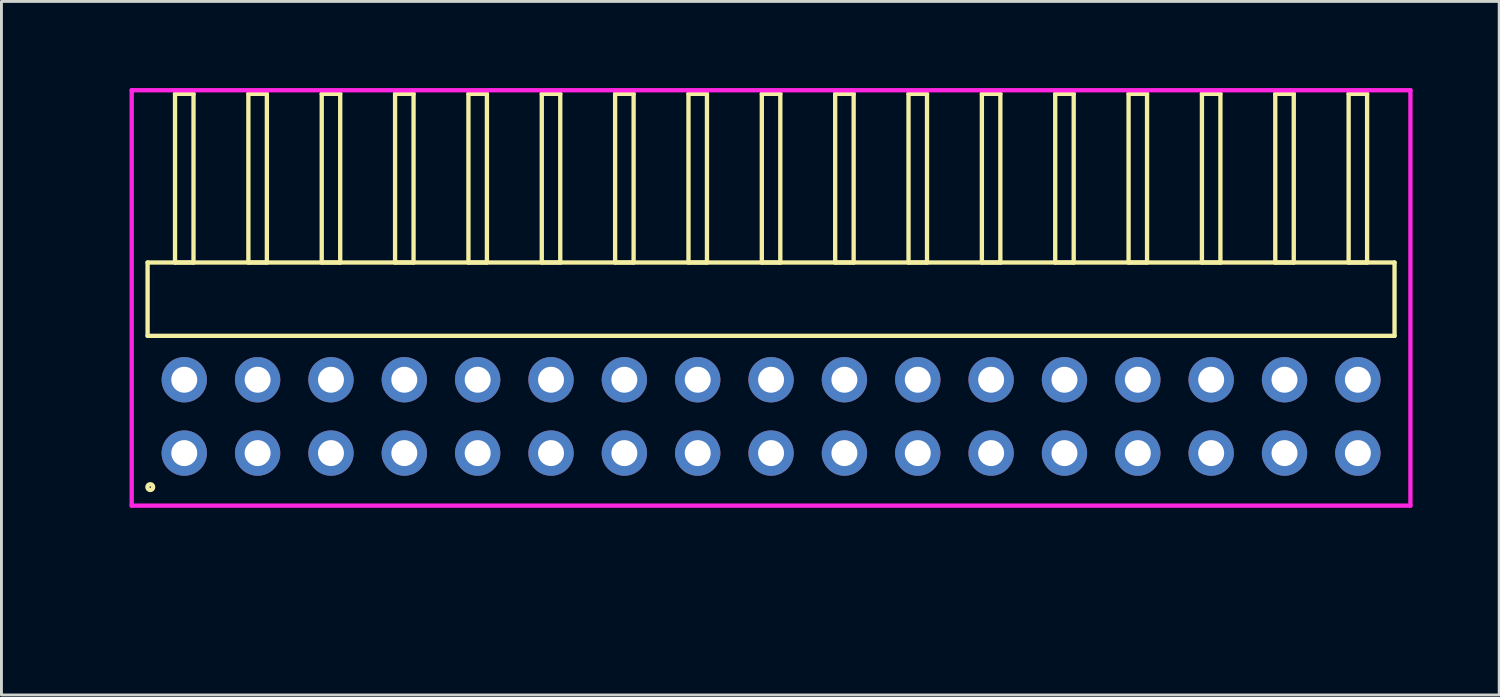
<source format=kicad_pcb>
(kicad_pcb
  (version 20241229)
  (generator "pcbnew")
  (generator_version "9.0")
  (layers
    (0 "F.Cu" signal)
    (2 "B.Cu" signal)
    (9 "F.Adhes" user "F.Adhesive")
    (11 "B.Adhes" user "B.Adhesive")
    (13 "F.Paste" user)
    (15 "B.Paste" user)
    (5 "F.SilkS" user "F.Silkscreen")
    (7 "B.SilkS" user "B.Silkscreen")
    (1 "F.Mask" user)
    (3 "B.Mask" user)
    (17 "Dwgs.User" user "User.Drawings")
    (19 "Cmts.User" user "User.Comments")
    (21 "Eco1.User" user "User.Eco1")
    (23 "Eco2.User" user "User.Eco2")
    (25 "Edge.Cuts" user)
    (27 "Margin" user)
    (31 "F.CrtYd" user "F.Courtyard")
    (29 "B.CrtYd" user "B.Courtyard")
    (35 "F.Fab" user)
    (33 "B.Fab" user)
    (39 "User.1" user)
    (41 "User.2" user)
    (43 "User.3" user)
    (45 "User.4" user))
  (footprint "HDR_RA254P17x2"
    (layer "F.Cu")
    (at 23.651 11.37)
    (property "Reference" "HDR_RA254P17x2" (at -22.89 0 90) (layer "User.1") (effects (font (size 1 1) (thickness 0.1))))
    (attr through_hole)
    (fp_line (start -21.59 -5.33) (end -21.59 -2.79) (stroke (width 0.15) (type solid)) (layer "F.SilkS"))
    (fp_line (start -21.59 -2.79) (end 21.59 -2.79) (stroke (width 0.15) (type solid)) (layer "F.SilkS"))
    (fp_line (start -20.64 -11.17) (end -20.64 -5.33) (stroke (width 0.15) (type solid)) (layer "F.SilkS"))
    (fp_line (start -20.64 -5.33) (end -20 -5.33) (stroke (width 0.15) (type solid)) (layer "F.SilkS"))
    (fp_line (start -20 -11.17) (end -20.64 -11.17) (stroke (width 0.15) (type solid)) (layer "F.SilkS"))
    (fp_line (start -20 -5.33) (end -20 -11.17) (stroke (width 0.15) (type solid)) (layer "F.SilkS"))
    (fp_line (start -18.1 -11.17) (end -18.1 -5.33) (stroke (width 0.15) (type solid)) (layer "F.SilkS"))
    (fp_line (start -18.1 -5.33) (end -17.46 -5.33) (stroke (width 0.15) (type solid)) (layer "F.SilkS"))
    (fp_line (start -17.46 -11.17) (end -18.1 -11.17) (stroke (width 0.15) (type solid)) (layer "F.SilkS"))
    (fp_line (start -17.46 -5.33) (end -17.46 -11.17) (stroke (width 0.15) (type solid)) (layer "F.SilkS"))
    (fp_line (start -15.56 -11.17) (end -15.56 -5.33) (stroke (width 0.15) (type solid)) (layer "F.SilkS"))
    (fp_line (start -15.56 -5.33) (end -14.92 -5.33) (stroke (width 0.15) (type solid)) (layer "F.SilkS"))
    (fp_line (start -14.92 -11.17) (end -15.56 -11.17) (stroke (width 0.15) (type solid)) (layer "F.SilkS"))
    (fp_line (start -14.92 -5.33) (end -14.92 -11.17) (stroke (width 0.15) (type solid)) (layer "F.SilkS"))
    (fp_line (start -13.02 -11.17) (end -13.02 -5.33) (stroke (width 0.15) (type solid)) (layer "F.SilkS"))
    (fp_line (start -13.02 -5.33) (end -12.38 -5.33) (stroke (width 0.15) (type solid)) (layer "F.SilkS"))
    (fp_line (start -12.38 -11.17) (end -13.02 -11.17) (stroke (width 0.15) (type solid)) (layer "F.SilkS"))
    (fp_line (start -12.38 -5.33) (end -12.38 -11.17) (stroke (width 0.15) (type solid)) (layer "F.SilkS"))
    (fp_line (start -10.48 -11.17) (end -10.48 -5.33) (stroke (width 0.15) (type solid)) (layer "F.SilkS"))
    (fp_line (start -10.48 -5.33) (end -9.84 -5.33) (stroke (width 0.15) (type solid)) (layer "F.SilkS"))
    (fp_line (start -9.84 -11.17) (end -10.48 -11.17) (stroke (width 0.15) (type solid)) (layer "F.SilkS"))
    (fp_line (start -9.84 -5.33) (end -9.84 -11.17) (stroke (width 0.15) (type solid)) (layer "F.SilkS"))
    (fp_line (start -7.94 -11.17) (end -7.94 -5.33) (stroke (width 0.15) (type solid)) (layer "F.SilkS"))
    (fp_line (start -7.94 -5.33) (end -7.3 -5.33) (stroke (width 0.15) (type solid)) (layer "F.SilkS"))
    (fp_line (start -7.3 -11.17) (end -7.94 -11.17) (stroke (width 0.15) (type solid)) (layer "F.SilkS"))
    (fp_line (start -7.3 -5.33) (end -7.3 -11.17) (stroke (width 0.15) (type solid)) (layer "F.SilkS"))
    (fp_line (start -5.4 -11.17) (end -5.4 -5.33) (stroke (width 0.15) (type solid)) (layer "F.SilkS"))
    (fp_line (start -5.4 -5.33) (end -4.76 -5.33) (stroke (width 0.15) (type solid)) (layer "F.SilkS"))
    (fp_line (start -4.76 -11.17) (end -5.4 -11.17) (stroke (width 0.15) (type solid)) (layer "F.SilkS"))
    (fp_line (start -4.76 -5.33) (end -4.76 -11.17) (stroke (width 0.15) (type solid)) (layer "F.SilkS"))
    (fp_line (start -2.86 -11.17) (end -2.86 -5.33) (stroke (width 0.15) (type solid)) (layer "F.SilkS"))
    (fp_line (start -2.86 -5.33) (end -2.22 -5.33) (stroke (width 0.15) (type solid)) (layer "F.SilkS"))
    (fp_line (start -2.22 -11.17) (end -2.86 -11.17) (stroke (width 0.15) (type solid)) (layer "F.SilkS"))
    (fp_line (start -2.22 -5.33) (end -2.22 -11.17) (stroke (width 0.15) (type solid)) (layer "F.SilkS"))
    (fp_line (start -0.32 -11.17) (end -0.32 -5.33) (stroke (width 0.15) (type solid)) (layer "F.SilkS"))
    (fp_line (start -0.32 -5.33) (end 0.32 -5.33) (stroke (width 0.15) (type solid)) (layer "F.SilkS"))
    (fp_line (start 0.32 -11.17) (end -0.32 -11.17) (stroke (width 0.15) (type solid)) (layer "F.SilkS"))
    (fp_line (start 0.32 -5.33) (end 0.32 -11.17) (stroke (width 0.15) (type solid)) (layer "F.SilkS"))
    (fp_line (start 2.22 -11.17) (end 2.22 -5.33) (stroke (width 0.15) (type solid)) (layer "F.SilkS"))
    (fp_line (start 2.22 -5.33) (end 2.86 -5.33) (stroke (width 0.15) (type solid)) (layer "F.SilkS"))
    (fp_line (start 2.86 -11.17) (end 2.22 -11.17) (stroke (width 0.15) (type solid)) (layer "F.SilkS"))
    (fp_line (start 2.86 -5.33) (end 2.86 -11.17) (stroke (width 0.15) (type solid)) (layer "F.SilkS"))
    (fp_line (start 4.76 -11.17) (end 4.76 -5.33) (stroke (width 0.15) (type solid)) (layer "F.SilkS"))
    (fp_line (start 4.76 -5.33) (end 5.4 -5.33) (stroke (width 0.15) (type solid)) (layer "F.SilkS"))
    (fp_line (start 5.4 -11.17) (end 4.76 -11.17) (stroke (width 0.15) (type solid)) (layer "F.SilkS"))
    (fp_line (start 5.4 -5.33) (end 5.4 -11.17) (stroke (width 0.15) (type solid)) (layer "F.SilkS"))
    (fp_line (start 7.3 -11.17) (end 7.3 -5.33) (stroke (width 0.15) (type solid)) (layer "F.SilkS"))
    (fp_line (start 7.3 -5.33) (end 7.94 -5.33) (stroke (width 0.15) (type solid)) (layer "F.SilkS"))
    (fp_line (start 7.94 -11.17) (end 7.3 -11.17) (stroke (width 0.15) (type solid)) (layer "F.SilkS"))
    (fp_line (start 7.94 -5.33) (end 7.94 -11.17) (stroke (width 0.15) (type solid)) (layer "F.SilkS"))
    (fp_line (start 9.84 -11.17) (end 9.84 -5.33) (stroke (width 0.15) (type solid)) (layer "F.SilkS"))
    (fp_line (start 9.84 -5.33) (end 10.48 -5.33) (stroke (width 0.15) (type solid)) (layer "F.SilkS"))
    (fp_line (start 10.48 -11.17) (end 9.84 -11.17) (stroke (width 0.15) (type solid)) (layer "F.SilkS"))
    (fp_line (start 10.48 -5.33) (end 10.48 -11.17) (stroke (width 0.15) (type solid)) (layer "F.SilkS"))
    (fp_line (start 12.38 -11.17) (end 12.38 -5.33) (stroke (width 0.15) (type solid)) (layer "F.SilkS"))
    (fp_line (start 12.38 -5.33) (end 13.02 -5.33) (stroke (width 0.15) (type solid)) (layer "F.SilkS"))
    (fp_line (start 13.02 -11.17) (end 12.38 -11.17) (stroke (width 0.15) (type solid)) (layer "F.SilkS"))
    (fp_line (start 13.02 -5.33) (end 13.02 -11.17) (stroke (width 0.15) (type solid)) (layer "F.SilkS"))
    (fp_line (start 14.92 -11.17) (end 14.92 -5.33) (stroke (width 0.15) (type solid)) (layer "F.SilkS"))
    (fp_line (start 14.92 -5.33) (end 15.56 -5.33) (stroke (width 0.15) (type solid)) (layer "F.SilkS"))
    (fp_line (start 15.56 -11.17) (end 14.92 -11.17) (stroke (width 0.15) (type solid)) (layer "F.SilkS"))
    (fp_line (start 15.56 -5.33) (end 15.56 -11.17) (stroke (width 0.15) (type solid)) (layer "F.SilkS"))
    (fp_line (start 17.46 -11.17) (end 17.46 -5.33) (stroke (width 0.15) (type solid)) (layer "F.SilkS"))
    (fp_line (start 17.46 -5.33) (end 18.1 -5.33) (stroke (width 0.15) (type solid)) (layer "F.SilkS"))
    (fp_line (start 18.1 -11.17) (end 17.46 -11.17) (stroke (width 0.15) (type solid)) (layer "F.SilkS"))
    (fp_line (start 18.1 -5.33) (end 18.1 -11.17) (stroke (width 0.15) (type solid)) (layer "F.SilkS"))
    (fp_line (start 20 -11.17) (end 20 -5.33) (stroke (width 0.15) (type solid)) (layer "F.SilkS"))
    (fp_line (start 20 -5.33) (end 20.64 -5.33) (stroke (width 0.15) (type solid)) (layer "F.SilkS"))
    (fp_line (start 20.64 -11.17) (end 20 -11.17) (stroke (width 0.15) (type solid)) (layer "F.SilkS"))
    (fp_line (start 20.64 -5.33) (end 20.64 -11.17) (stroke (width 0.15) (type solid)) (layer "F.SilkS"))
    (fp_line (start 21.59 -5.33) (end -21.59 -5.33) (stroke (width 0.15) (type solid)) (layer "F.SilkS"))
    (fp_line (start 21.59 -2.79) (end 21.59 -5.33) (stroke (width 0.15) (type solid)) (layer "F.SilkS"))
    (fp_circle (center -21.497 2.448) (end -21.397 2.448) (stroke (width 0.15) (type solid)) (fill no) (layer "F.SilkS"))
    (fp_line (start -22.14 -11.295) (end -22.14 3.09) (stroke (width 0.15) (type solid)) (layer "F.CrtYd"))
    (fp_line (start -22.14 3.09) (end 22.14 3.09) (stroke (width 0.15) (type solid)) (layer "F.CrtYd"))
    (fp_line (start 22.14 -11.295) (end -22.14 -11.295) (stroke (width 0.15) (type solid)) (layer "F.CrtYd"))
    (fp_line (start 22.14 3.09) (end 22.14 -11.295) (stroke (width 0.15) (type solid)) (layer "F.CrtYd"))
    (pad "1" thru_hole oval (at -20.32 1.27) (size 1.57 1.57) (drill 0.9) (layers "*.Cu" "*.Mask"))
    (pad "2" thru_hole oval (at -20.32 -1.27) (size 1.57 1.57) (drill 0.9) (layers "*.Cu" "*.Mask"))
    (pad "3" thru_hole oval (at -17.78 1.27) (size 1.57 1.57) (drill 0.9) (layers "*.Cu" "*.Mask"))
    (pad "4" thru_hole oval (at -17.78 -1.27) (size 1.57 1.57) (drill 0.9) (layers "*.Cu" "*.Mask"))
    (pad "5" thru_hole oval (at -15.24 1.27) (size 1.57 1.57) (drill 0.9) (layers "*.Cu" "*.Mask"))
    (pad "6" thru_hole oval (at -15.24 -1.27) (size 1.57 1.57) (drill 0.9) (layers "*.Cu" "*.Mask"))
    (pad "7" thru_hole oval (at -12.7 1.27) (size 1.57 1.57) (drill 0.9) (layers "*.Cu" "*.Mask"))
    (pad "8" thru_hole oval (at -12.7 -1.27) (size 1.57 1.57) (drill 0.9) (layers "*.Cu" "*.Mask"))
    (pad "9" thru_hole oval (at -10.16 1.27) (size 1.57 1.57) (drill 0.9) (layers "*.Cu" "*.Mask"))
    (pad "10" thru_hole oval (at -10.16 -1.27) (size 1.57 1.57) (drill 0.9) (layers "*.Cu" "*.Mask"))
    (pad "11" thru_hole oval (at -7.62 1.27) (size 1.57 1.57) (drill 0.9) (layers "*.Cu" "*.Mask"))
    (pad "12" thru_hole oval (at -7.62 -1.27) (size 1.57 1.57) (drill 0.9) (layers "*.Cu" "*.Mask"))
    (pad "13" thru_hole oval (at -5.08 1.27) (size 1.57 1.57) (drill 0.9) (layers "*.Cu" "*.Mask"))
    (pad "14" thru_hole oval (at -5.08 -1.27) (size 1.57 1.57) (drill 0.9) (layers "*.Cu" "*.Mask"))
    (pad "15" thru_hole oval (at -2.54 1.27) (size 1.57 1.57) (drill 0.9) (layers "*.Cu" "*.Mask"))
    (pad "16" thru_hole oval (at -2.54 -1.27) (size 1.57 1.57) (drill 0.9) (layers "*.Cu" "*.Mask"))
    (pad "17" thru_hole oval (at 0 1.27) (size 1.57 1.57) (drill 0.9) (layers "*.Cu" "*.Mask"))
    (pad "18" thru_hole oval (at 0 -1.27) (size 1.57 1.57) (drill 0.9) (layers "*.Cu" "*.Mask"))
    (pad "19" thru_hole oval (at 2.54 1.27) (size 1.57 1.57) (drill 0.9) (layers "*.Cu" "*.Mask"))
    (pad "20" thru_hole oval (at 2.54 -1.27) (size 1.57 1.57) (drill 0.9) (layers "*.Cu" "*.Mask"))
    (pad "21" thru_hole oval (at 5.08 1.27) (size 1.57 1.57) (drill 0.9) (layers "*.Cu" "*.Mask"))
    (pad "22" thru_hole oval (at 5.08 -1.27) (size 1.57 1.57) (drill 0.9) (layers "*.Cu" "*.Mask"))
    (pad "23" thru_hole oval (at 7.62 1.27) (size 1.57 1.57) (drill 0.9) (layers "*.Cu" "*.Mask"))
    (pad "24" thru_hole oval (at 7.62 -1.27) (size 1.57 1.57) (drill 0.9) (layers "*.Cu" "*.Mask"))
    (pad "25" thru_hole oval (at 10.16 1.27) (size 1.57 1.57) (drill 0.9) (layers "*.Cu" "*.Mask"))
    (pad "26" thru_hole oval (at 10.16 -1.27) (size 1.57 1.57) (drill 0.9) (layers "*.Cu" "*.Mask"))
    (pad "27" thru_hole oval (at 12.7 1.27) (size 1.57 1.57) (drill 0.9) (layers "*.Cu" "*.Mask"))
    (pad "28" thru_hole oval (at 12.7 -1.27) (size 1.57 1.57) (drill 0.9) (layers "*.Cu" "*.Mask"))
    (pad "29" thru_hole oval (at 15.24 1.27) (size 1.57 1.57) (drill 0.9) (layers "*.Cu" "*.Mask"))
    (pad "30" thru_hole oval (at 15.24 -1.27) (size 1.57 1.57) (drill 0.9) (layers "*.Cu" "*.Mask"))
    (pad "31" thru_hole oval (at 17.78 1.27) (size 1.57 1.57) (drill 0.9) (layers "*.Cu" "*.Mask"))
    (pad "32" thru_hole oval (at 17.78 -1.27) (size 1.57 1.57) (drill 0.9) (layers "*.Cu" "*.Mask"))
    (pad "33" thru_hole oval (at 20.32 1.27) (size 1.57 1.57) (drill 0.9) (layers "*.Cu" "*.Mask"))
    (pad "34" thru_hole oval (at 20.32 -1.27) (size 1.57 1.57) (drill 0.9) (layers "*.Cu" "*.Mask")))
  (gr_rect
    (start -3 -3)
    (end 48.865 21.015)
    (stroke (width 0.1) (type default))
    (fill no)
    (layer "Edge.Cuts")))
</source>
